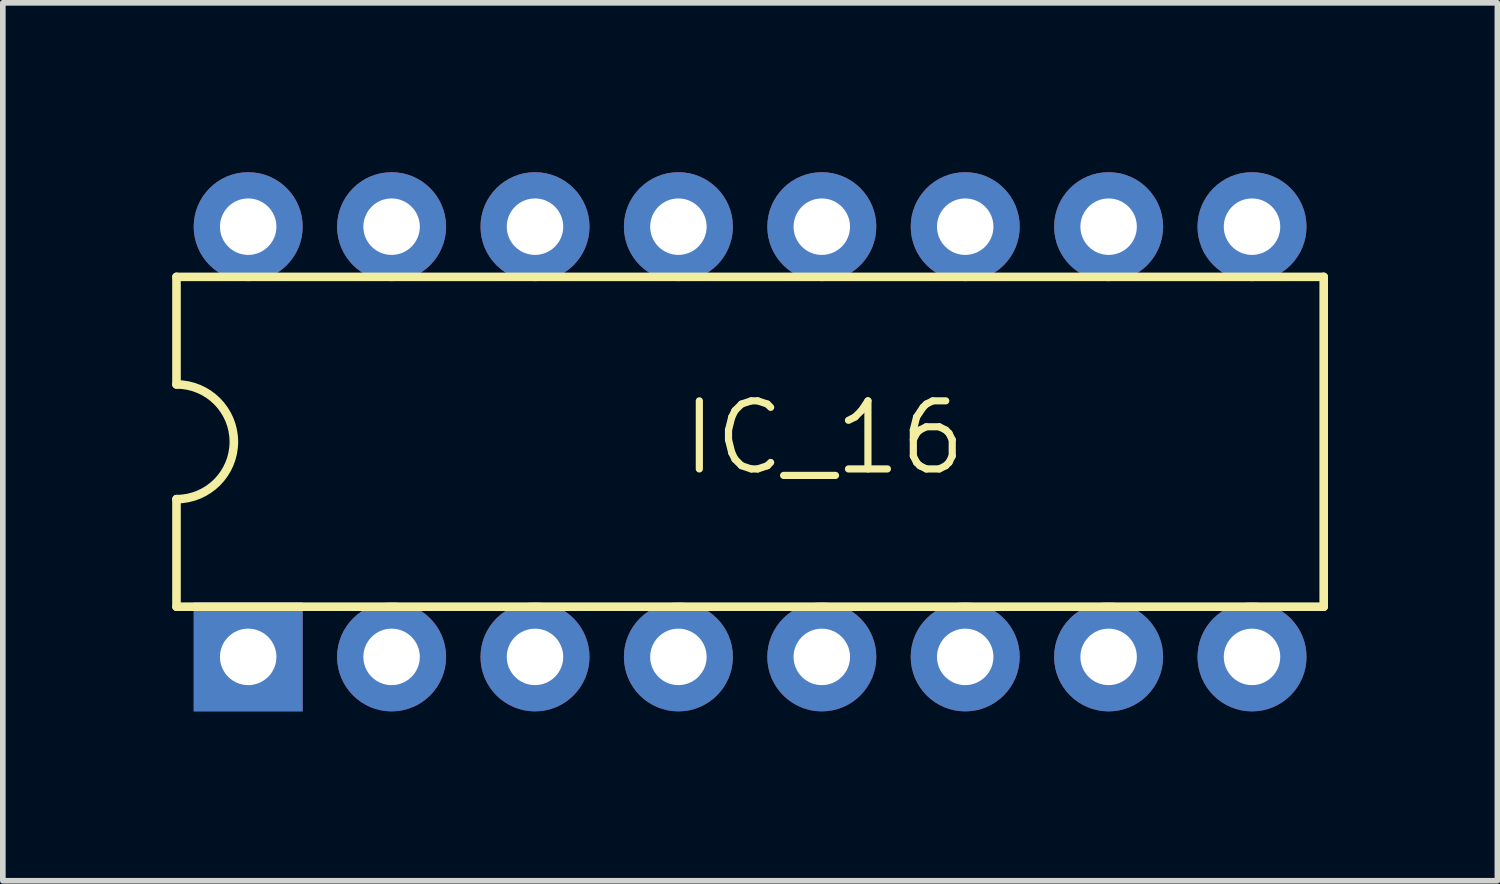
<source format=kicad_pcb>
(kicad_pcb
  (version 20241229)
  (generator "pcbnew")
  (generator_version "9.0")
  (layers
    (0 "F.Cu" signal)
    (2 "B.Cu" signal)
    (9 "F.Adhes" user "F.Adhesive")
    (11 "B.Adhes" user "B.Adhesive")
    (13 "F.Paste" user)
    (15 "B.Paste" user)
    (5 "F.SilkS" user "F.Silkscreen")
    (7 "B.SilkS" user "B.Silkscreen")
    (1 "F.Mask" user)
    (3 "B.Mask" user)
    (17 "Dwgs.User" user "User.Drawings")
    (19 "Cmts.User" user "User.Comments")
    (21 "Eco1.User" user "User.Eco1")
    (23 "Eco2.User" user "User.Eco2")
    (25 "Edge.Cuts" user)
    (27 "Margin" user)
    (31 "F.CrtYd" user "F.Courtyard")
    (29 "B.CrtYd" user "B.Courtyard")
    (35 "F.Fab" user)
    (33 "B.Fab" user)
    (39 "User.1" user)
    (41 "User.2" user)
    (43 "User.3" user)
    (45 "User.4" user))
  (footprint "IC_16"
    (layer "F.Cu")
    (at 10.236 4.775)
    (property "Reference" "IC_16" (at -1.27 0.635 0) (layer "F.SilkS") (effects (font (size 1.206 1.206) (thickness 0.127)) (justify left bottom)))
    (attr through_hole)
    (fp_line (start -10.16 -2.921) (end -10.16 -1.016) (stroke (width 0.152) (type solid)) (layer "F.SilkS"))
    (fp_line (start -10.16 2.921) (end -10.16 1.016) (stroke (width 0.152) (type solid)) (layer "F.SilkS"))
    (fp_line (start -10.16 2.921) (end 10.16 2.921) (stroke (width 0.152) (type solid)) (layer "F.SilkS"))
    (fp_line (start 10.16 -2.921) (end -10.16 -2.921) (stroke (width 0.152) (type solid)) (layer "F.SilkS"))
    (fp_line (start 10.16 -2.921) (end 10.16 2.921) (stroke (width 0.152) (type solid)) (layer "F.SilkS"))
    (fp_arc (start -10.16 -1.016) (mid -9.144 0) (end -10.16 1.016) (stroke (width 0.1524) (type solid)) (layer "F.SilkS"))
    (pad "1" thru_hole rect (at -8.89 3.81 90) (size 1.93 1.93) (drill 1) (layers "*.Cu" "*.Mask"))
    (pad "2" thru_hole oval (at -6.35 3.81 90) (size 1.93 1.93) (drill 1) (layers "*.Cu" "*.Mask"))
    (pad "3" thru_hole oval (at -3.81 3.81 90) (size 1.93 1.93) (drill 1) (layers "*.Cu" "*.Mask"))
    (pad "4" thru_hole oval (at -1.27 3.81 90) (size 1.93 1.93) (drill 1) (layers "*.Cu" "*.Mask"))
    (pad "5" thru_hole oval (at 1.27 3.81 90) (size 1.93 1.93) (drill 1) (layers "*.Cu" "*.Mask"))
    (pad "6" thru_hole oval (at 3.81 3.81 90) (size 1.93 1.93) (drill 1) (layers "*.Cu" "*.Mask"))
    (pad "7" thru_hole oval (at 6.35 3.81 90) (size 1.93 1.93) (drill 1) (layers "*.Cu" "*.Mask"))
    (pad "8" thru_hole oval (at 8.89 3.81 90) (size 1.93 1.93) (drill 1) (layers "*.Cu" "*.Mask"))
    (pad "9" thru_hole oval (at 8.89 -3.81 90) (size 1.93 1.93) (drill 1) (layers "*.Cu" "*.Mask"))
    (pad "10" thru_hole oval (at 6.35 -3.81 90) (size 1.93 1.93) (drill 1) (layers "*.Cu" "*.Mask"))
    (pad "11" thru_hole oval (at 3.81 -3.81 90) (size 1.93 1.93) (drill 1) (layers "*.Cu" "*.Mask"))
    (pad "12" thru_hole oval (at 1.27 -3.81 90) (size 1.93 1.93) (drill 1) (layers "*.Cu" "*.Mask"))
    (pad "13" thru_hole oval (at -1.27 -3.81 90) (size 1.93 1.93) (drill 1) (layers "*.Cu" "*.Mask"))
    (pad "14" thru_hole oval (at -3.81 -3.81 90) (size 1.93 1.93) (drill 1) (layers "*.Cu" "*.Mask"))
    (pad "15" thru_hole oval (at -6.35 -3.81 90) (size 1.93 1.93) (drill 1) (layers "*.Cu" "*.Mask"))
    (pad "16" thru_hole oval (at -8.89 -3.81 90) (size 1.93 1.93) (drill 1) (layers "*.Cu" "*.Mask")))
  (gr_rect
    (start -3 -3)
    (end 23.472 12.55)
    (stroke (width 0.1) (type default))
    (fill no)
    (layer "Edge.Cuts")))
</source>
